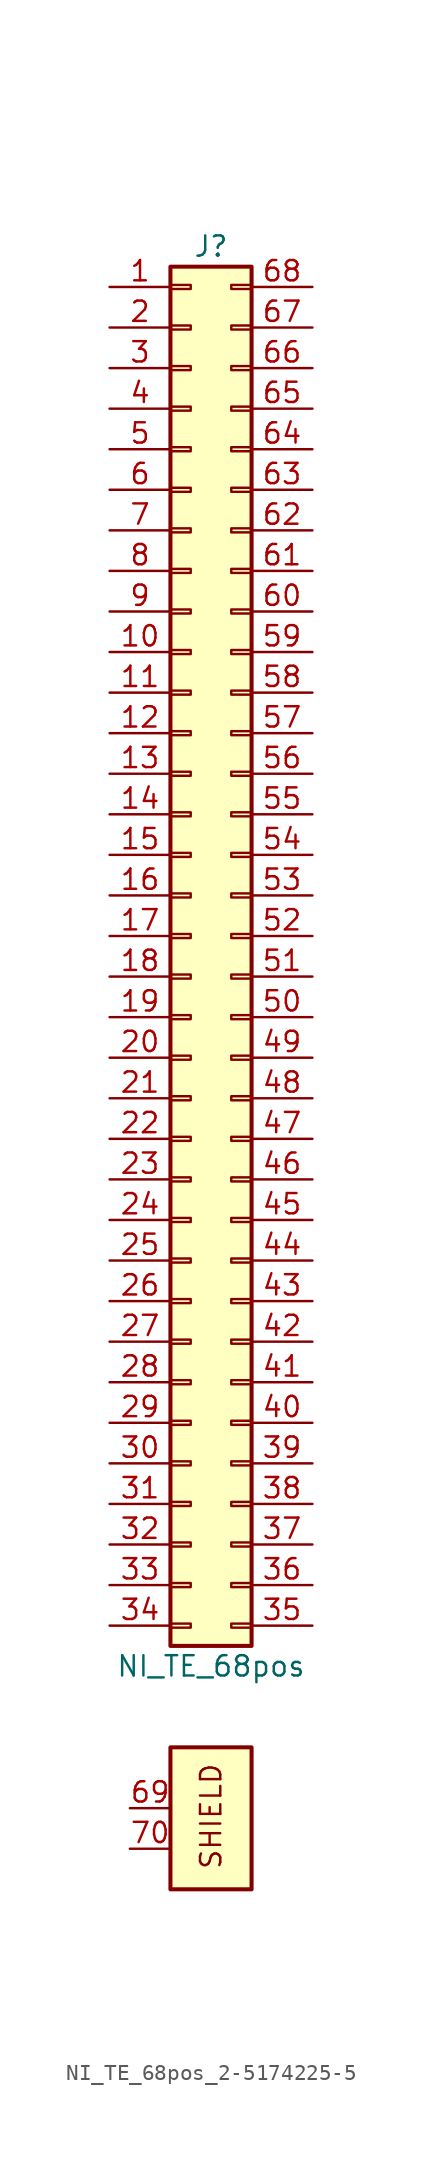
<source format=kicad_sym>
(kicad_symbol_lib
  (version 20220914)
  (generator kicad_symbol_editor)
  (symbol "NI_TE_68pos_2-5174225-5"
    (pin_names
      (offset 1.016) hide)
    (property "Reference" "J"
      (at 1.27 43.18 0)
      (effects (font (size 1.27 1.27))))
    (property "Value" "NI_TE_68pos"
      (at 1.27 -45.72 0)
      (effects (font (size 1.27 1.27))))
    (symbol "NI_TE_68pos_2-5174225-5_1_1"
      (rectangle (start -1.27 -50.8) (end 3.81 -59.69) (stroke (width 0.254) (type default)) (fill (type background)))
      (rectangle (start -1.27 -43.053) (end 0 -43.307) (stroke (width 0.152) (type default)) (fill (type none)))
      (rectangle (start -1.27 -40.513) (end 0 -40.767) (stroke (width 0.152) (type default)) (fill (type none)))
      (rectangle (start -1.27 -37.973) (end 0 -38.227) (stroke (width 0.152) (type default)) (fill (type none)))
      (rectangle (start -1.27 -35.433) (end 0 -35.687) (stroke (width 0.152) (type default)) (fill (type none)))
      (rectangle (start -1.27 -32.893) (end 0 -33.147) (stroke (width 0.152) (type default)) (fill (type none)))
      (rectangle (start -1.27 -30.353) (end 0 -30.607) (stroke (width 0.152) (type default)) (fill (type none)))
      (rectangle (start -1.27 -27.813) (end 0 -28.067) (stroke (width 0.152) (type default)) (fill (type none)))
      (rectangle (start -1.27 -25.273) (end 0 -25.527) (stroke (width 0.152) (type default)) (fill (type none)))
      (rectangle (start -1.27 -22.733) (end 0 -22.987) (stroke (width 0.152) (type default)) (fill (type none)))
      (rectangle (start -1.27 -20.193) (end 0 -20.447) (stroke (width 0.152) (type default)) (fill (type none)))
      (rectangle (start -1.27 -17.653) (end 0 -17.907) (stroke (width 0.152) (type default)) (fill (type none)))
      (rectangle (start -1.27 -15.113) (end 0 -15.367) (stroke (width 0.152) (type default)) (fill (type none)))
      (rectangle (start -1.27 -12.573) (end 0 -12.827) (stroke (width 0.152) (type default)) (fill (type none)))
      (rectangle (start -1.27 -10.033) (end 0 -10.287) (stroke (width 0.152) (type default)) (fill (type none)))
      (rectangle (start -1.27 -7.493) (end 0 -7.747) (stroke (width 0.152) (type default)) (fill (type none)))
      (rectangle (start -1.27 -4.953) (end 0 -5.207) (stroke (width 0.152) (type default)) (fill (type none)))
      (rectangle (start -1.27 -2.413) (end 0 -2.667) (stroke (width 0.152) (type default)) (fill (type none)))
      (rectangle (start -1.27 0.127) (end 0 -0.127) (stroke (width 0.152) (type default)) (fill (type none)))
      (rectangle (start -1.27 2.667) (end 0 2.413) (stroke (width 0.152) (type default)) (fill (type none)))
      (rectangle (start -1.27 5.207) (end 0 4.953) (stroke (width 0.152) (type default)) (fill (type none)))
      (rectangle (start -1.27 7.747) (end 0 7.493) (stroke (width 0.152) (type default)) (fill (type none)))
      (rectangle (start -1.27 10.287) (end 0 10.033) (stroke (width 0.152) (type default)) (fill (type none)))
      (rectangle (start -1.27 12.827) (end 0 12.573) (stroke (width 0.152) (type default)) (fill (type none)))
      (rectangle (start -1.27 15.367) (end 0 15.113) (stroke (width 0.152) (type default)) (fill (type none)))
      (rectangle (start -1.27 17.907) (end 0 17.653) (stroke (width 0.152) (type default)) (fill (type none)))
      (rectangle (start -1.27 20.447) (end 0 20.193) (stroke (width 0.152) (type default)) (fill (type none)))
      (rectangle (start -1.27 22.987) (end 0 22.733) (stroke (width 0.152) (type default)) (fill (type none)))
      (rectangle (start -1.27 25.527) (end 0 25.273) (stroke (width 0.152) (type default)) (fill (type none)))
      (rectangle (start -1.27 28.067) (end 0 27.813) (stroke (width 0.152) (type default)) (fill (type none)))
      (rectangle (start -1.27 30.607) (end 0 30.353) (stroke (width 0.152) (type default)) (fill (type none)))
      (rectangle (start -1.27 33.147) (end 0 32.893) (stroke (width 0.152) (type default)) (fill (type none)))
      (rectangle (start -1.27 35.687) (end 0 35.433) (stroke (width 0.152) (type default)) (fill (type none)))
      (rectangle (start -1.27 38.227) (end 0 37.973) (stroke (width 0.152) (type default)) (fill (type none)))
      (rectangle (start -1.27 40.767) (end 0 40.513) (stroke (width 0.152) (type default)) (fill (type none)))
      (rectangle (start -1.27 41.91) (end 3.81 -44.45) (stroke (width 0.254) (type default)) (fill (type background)))
      (rectangle (start 3.81 -43.053) (end 2.54 -43.307) (stroke (width 0.152) (type default)) (fill (type none)))
      (rectangle (start 3.81 -40.513) (end 2.54 -40.767) (stroke (width 0.152) (type default)) (fill (type none)))
      (rectangle (start 3.81 -37.973) (end 2.54 -38.227) (stroke (width 0.152) (type default)) (fill (type none)))
      (rectangle (start 3.81 -35.433) (end 2.54 -35.687) (stroke (width 0.152) (type default)) (fill (type none)))
      (rectangle (start 3.81 -32.893) (end 2.54 -33.147) (stroke (width 0.152) (type default)) (fill (type none)))
      (rectangle (start 3.81 -30.353) (end 2.54 -30.607) (stroke (width 0.152) (type default)) (fill (type none)))
      (rectangle (start 3.81 -27.813) (end 2.54 -28.067) (stroke (width 0.152) (type default)) (fill (type none)))
      (rectangle (start 3.81 -25.273) (end 2.54 -25.527) (stroke (width 0.152) (type default)) (fill (type none)))
      (rectangle (start 3.81 -22.733) (end 2.54 -22.987) (stroke (width 0.152) (type default)) (fill (type none)))
      (rectangle (start 3.81 -20.193) (end 2.54 -20.447) (stroke (width 0.152) (type default)) (fill (type none)))
      (rectangle (start 3.81 -17.653) (end 2.54 -17.907) (stroke (width 0.152) (type default)) (fill (type none)))
      (rectangle (start 3.81 -15.113) (end 2.54 -15.367) (stroke (width 0.152) (type default)) (fill (type none)))
      (rectangle (start 3.81 -12.573) (end 2.54 -12.827) (stroke (width 0.152) (type default)) (fill (type none)))
      (rectangle (start 3.81 -10.033) (end 2.54 -10.287) (stroke (width 0.152) (type default)) (fill (type none)))
      (rectangle (start 3.81 -7.493) (end 2.54 -7.747) (stroke (width 0.152) (type default)) (fill (type none)))
      (rectangle (start 3.81 -4.953) (end 2.54 -5.207) (stroke (width 0.152) (type default)) (fill (type none)))
      (rectangle (start 3.81 -2.413) (end 2.54 -2.667) (stroke (width 0.152) (type default)) (fill (type none)))
      (rectangle (start 3.81 0.127) (end 2.54 -0.127) (stroke (width 0.152) (type default)) (fill (type none)))
      (rectangle (start 3.81 2.667) (end 2.54 2.413) (stroke (width 0.152) (type default)) (fill (type none)))
      (rectangle (start 3.81 5.207) (end 2.54 4.953) (stroke (width 0.152) (type default)) (fill (type none)))
      (rectangle (start 3.81 7.747) (end 2.54 7.493) (stroke (width 0.152) (type default)) (fill (type none)))
      (rectangle (start 3.81 10.287) (end 2.54 10.033) (stroke (width 0.152) (type default)) (fill (type none)))
      (rectangle (start 3.81 12.827) (end 2.54 12.573) (stroke (width 0.152) (type default)) (fill (type none)))
      (rectangle (start 3.81 15.367) (end 2.54 15.113) (stroke (width 0.152) (type default)) (fill (type none)))
      (rectangle (start 3.81 17.907) (end 2.54 17.653) (stroke (width 0.152) (type default)) (fill (type none)))
      (rectangle (start 3.81 20.447) (end 2.54 20.193) (stroke (width 0.152) (type default)) (fill (type none)))
      (rectangle (start 3.81 22.987) (end 2.54 22.733) (stroke (width 0.152) (type default)) (fill (type none)))
      (rectangle (start 3.81 25.527) (end 2.54 25.273) (stroke (width 0.152) (type default)) (fill (type none)))
      (rectangle (start 3.81 28.067) (end 2.54 27.813) (stroke (width 0.152) (type default)) (fill (type none)))
      (rectangle (start 3.81 30.607) (end 2.54 30.353) (stroke (width 0.152) (type default)) (fill (type none)))
      (rectangle (start 3.81 33.147) (end 2.54 32.893) (stroke (width 0.152) (type default)) (fill (type none)))
      (rectangle (start 3.81 35.687) (end 2.54 35.433) (stroke (width 0.152) (type default)) (fill (type none)))
      (rectangle (start 3.81 38.227) (end 2.54 37.973) (stroke (width 0.152) (type default)) (fill (type none)))
      (rectangle (start 3.81 40.767) (end 2.54 40.513) (stroke (width 0.152) (type default)) (fill (type none)))
      (text "SHIELD" (at 1.27 -55.118 900) (effects (font (size 1.27 1.27))))
      (pin passive line (at -5.08 40.64 0) (length 3.81) (name "Pin_1" (effects (font (size 1.27 1.27)))) (number "1" (effects (font (size 1.27 1.27)))))
      (pin passive line (at -5.08 17.78 0) (length 3.81) (name "Pin_10" (effects (font (size 1.27 1.27)))) (number "10" (effects (font (size 1.27 1.27)))))
      (pin passive line (at -5.08 15.24 0) (length 3.81) (name "Pin_11" (effects (font (size 1.27 1.27)))) (number "11" (effects (font (size 1.27 1.27)))))
      (pin passive line (at -5.08 12.7 0) (length 3.81) (name "Pin_12" (effects (font (size 1.27 1.27)))) (number "12" (effects (font (size 1.27 1.27)))))
      (pin passive line (at -5.08 10.16 0) (length 3.81) (name "Pin_13" (effects (font (size 1.27 1.27)))) (number "13" (effects (font (size 1.27 1.27)))))
      (pin passive line (at -5.08 7.62 0) (length 3.81) (name "Pin_14" (effects (font (size 1.27 1.27)))) (number "14" (effects (font (size 1.27 1.27)))))
      (pin passive line (at -5.08 5.08 0) (length 3.81) (name "Pin_15" (effects (font (size 1.27 1.27)))) (number "15" (effects (font (size 1.27 1.27)))))
      (pin passive line (at -5.08 2.54 0) (length 3.81) (name "Pin_16" (effects (font (size 1.27 1.27)))) (number "16" (effects (font (size 1.27 1.27)))))
      (pin passive line (at -5.08 0 0) (length 3.81) (name "Pin_17" (effects (font (size 1.27 1.27)))) (number "17" (effects (font (size 1.27 1.27)))))
      (pin passive line (at -5.08 -2.54 0) (length 3.81) (name "Pin_18" (effects (font (size 1.27 1.27)))) (number "18" (effects (font (size 1.27 1.27)))))
      (pin passive line (at -5.08 -5.08 0) (length 3.81) (name "Pin_19" (effects (font (size 1.27 1.27)))) (number "19" (effects (font (size 1.27 1.27)))))
      (pin passive line (at -5.08 38.1 0) (length 3.81) (name "Pin_2" (effects (font (size 1.27 1.27)))) (number "2" (effects (font (size 1.27 1.27)))))
      (pin passive line (at -5.08 -7.62 0) (length 3.81) (name "Pin_20" (effects (font (size 1.27 1.27)))) (number "20" (effects (font (size 1.27 1.27)))))
      (pin passive line (at -5.08 -10.16 0) (length 3.81) (name "Pin_21" (effects (font (size 1.27 1.27)))) (number "21" (effects (font (size 1.27 1.27)))))
      (pin passive line (at -5.08 -12.7 0) (length 3.81) (name "Pin_22" (effects (font (size 1.27 1.27)))) (number "22" (effects (font (size 1.27 1.27)))))
      (pin passive line (at -5.08 -15.24 0) (length 3.81) (name "Pin_23" (effects (font (size 1.27 1.27)))) (number "23" (effects (font (size 1.27 1.27)))))
      (pin passive line (at -5.08 -17.78 0) (length 3.81) (name "Pin_24" (effects (font (size 1.27 1.27)))) (number "24" (effects (font (size 1.27 1.27)))))
      (pin passive line (at -5.08 -20.32 0) (length 3.81) (name "Pin_25" (effects (font (size 1.27 1.27)))) (number "25" (effects (font (size 1.27 1.27)))))
      (pin passive line (at -5.08 -22.86 0) (length 3.81) (name "Pin_26" (effects (font (size 1.27 1.27)))) (number "26" (effects (font (size 1.27 1.27)))))
      (pin passive line (at -5.08 -25.4 0) (length 3.81) (name "Pin_27" (effects (font (size 1.27 1.27)))) (number "27" (effects (font (size 1.27 1.27)))))
      (pin passive line (at -5.08 -27.94 0) (length 3.81) (name "Pin_28" (effects (font (size 1.27 1.27)))) (number "28" (effects (font (size 1.27 1.27)))))
      (pin passive line (at -5.08 -30.48 0) (length 3.81) (name "Pin_29" (effects (font (size 1.27 1.27)))) (number "29" (effects (font (size 1.27 1.27)))))
      (pin passive line (at -5.08 35.56 0) (length 3.81) (name "Pin_3" (effects (font (size 1.27 1.27)))) (number "3" (effects (font (size 1.27 1.27)))))
      (pin passive line (at -5.08 -33.02 0) (length 3.81) (name "Pin_30" (effects (font (size 1.27 1.27)))) (number "30" (effects (font (size 1.27 1.27)))))
      (pin passive line (at -5.08 -35.56 0) (length 3.81) (name "Pin_31" (effects (font (size 1.27 1.27)))) (number "31" (effects (font (size 1.27 1.27)))))
      (pin passive line (at -5.08 -38.1 0) (length 3.81) (name "Pin_32" (effects (font (size 1.27 1.27)))) (number "32" (effects (font (size 1.27 1.27)))))
      (pin passive line (at -5.08 -40.64 0) (length 3.81) (name "Pin_33" (effects (font (size 1.27 1.27)))) (number "33" (effects (font (size 1.27 1.27)))))
      (pin passive line (at -5.08 -43.18 0) (length 3.81) (name "Pin_34" (effects (font (size 1.27 1.27)))) (number "34" (effects (font (size 1.27 1.27)))))
      (pin passive line (at 7.62 -43.18 180) (length 3.81) (name "Pin_35" (effects (font (size 1.27 1.27)))) (number "35" (effects (font (size 1.27 1.27)))))
      (pin passive line (at 7.62 -40.64 180) (length 3.81) (name "Pin_36" (effects (font (size 1.27 1.27)))) (number "36" (effects (font (size 1.27 1.27)))))
      (pin passive line (at 7.62 -38.1 180) (length 3.81) (name "Pin_37" (effects (font (size 1.27 1.27)))) (number "37" (effects (font (size 1.27 1.27)))))
      (pin passive line (at 7.62 -35.56 180) (length 3.81) (name "Pin_38" (effects (font (size 1.27 1.27)))) (number "38" (effects (font (size 1.27 1.27)))))
      (pin passive line (at 7.62 -33.02 180) (length 3.81) (name "Pin_39" (effects (font (size 1.27 1.27)))) (number "39" (effects (font (size 1.27 1.27)))))
      (pin passive line (at -5.08 33.02 0) (length 3.81) (name "Pin_4" (effects (font (size 1.27 1.27)))) (number "4" (effects (font (size 1.27 1.27)))))
      (pin passive line (at 7.62 -30.48 180) (length 3.81) (name "Pin_40" (effects (font (size 1.27 1.27)))) (number "40" (effects (font (size 1.27 1.27)))))
      (pin passive line (at 7.62 -27.94 180) (length 3.81) (name "Pin_41" (effects (font (size 1.27 1.27)))) (number "41" (effects (font (size 1.27 1.27)))))
      (pin passive line (at 7.62 -25.4 180) (length 3.81) (name "Pin_42" (effects (font (size 1.27 1.27)))) (number "42" (effects (font (size 1.27 1.27)))))
      (pin passive line (at 7.62 -22.86 180) (length 3.81) (name "Pin_43" (effects (font (size 1.27 1.27)))) (number "43" (effects (font (size 1.27 1.27)))))
      (pin passive line (at 7.62 -20.32 180) (length 3.81) (name "Pin_44" (effects (font (size 1.27 1.27)))) (number "44" (effects (font (size 1.27 1.27)))))
      (pin passive line (at 7.62 -17.78 180) (length 3.81) (name "Pin_45" (effects (font (size 1.27 1.27)))) (number "45" (effects (font (size 1.27 1.27)))))
      (pin passive line (at 7.62 -15.24 180) (length 3.81) (name "Pin_46" (effects (font (size 1.27 1.27)))) (number "46" (effects (font (size 1.27 1.27)))))
      (pin passive line (at 7.62 -12.7 180) (length 3.81) (name "Pin_47" (effects (font (size 1.27 1.27)))) (number "47" (effects (font (size 1.27 1.27)))))
      (pin passive line (at 7.62 -10.16 180) (length 3.81) (name "Pin_48" (effects (font (size 1.27 1.27)))) (number "48" (effects (font (size 1.27 1.27)))))
      (pin passive line (at 7.62 -7.62 180) (length 3.81) (name "Pin_49" (effects (font (size 1.27 1.27)))) (number "49" (effects (font (size 1.27 1.27)))))
      (pin passive line (at -5.08 30.48 0) (length 3.81) (name "Pin_5" (effects (font (size 1.27 1.27)))) (number "5" (effects (font (size 1.27 1.27)))))
      (pin passive line (at 7.62 -5.08 180) (length 3.81) (name "Pin_50" (effects (font (size 1.27 1.27)))) (number "50" (effects (font (size 1.27 1.27)))))
      (pin passive line (at 7.62 -2.54 180) (length 3.81) (name "Pin_51" (effects (font (size 1.27 1.27)))) (number "51" (effects (font (size 1.27 1.27)))))
      (pin passive line (at 7.62 0 180) (length 3.81) (name "Pin_52" (effects (font (size 1.27 1.27)))) (number "52" (effects (font (size 1.27 1.27)))))
      (pin passive line (at 7.62 2.54 180) (length 3.81) (name "Pin_53" (effects (font (size 1.27 1.27)))) (number "53" (effects (font (size 1.27 1.27)))))
      (pin passive line (at 7.62 5.08 180) (length 3.81) (name "Pin_54" (effects (font (size 1.27 1.27)))) (number "54" (effects (font (size 1.27 1.27)))))
      (pin passive line (at 7.62 7.62 180) (length 3.81) (name "Pin_55" (effects (font (size 1.27 1.27)))) (number "55" (effects (font (size 1.27 1.27)))))
      (pin passive line (at 7.62 10.16 180) (length 3.81) (name "Pin_56" (effects (font (size 1.27 1.27)))) (number "56" (effects (font (size 1.27 1.27)))))
      (pin passive line (at 7.62 12.7 180) (length 3.81) (name "Pin_57" (effects (font (size 1.27 1.27)))) (number "57" (effects (font (size 1.27 1.27)))))
      (pin passive line (at 7.62 15.24 180) (length 3.81) (name "Pin_58" (effects (font (size 1.27 1.27)))) (number "58" (effects (font (size 1.27 1.27)))))
      (pin passive line (at 7.62 17.78 180) (length 3.81) (name "Pin_59" (effects (font (size 1.27 1.27)))) (number "59" (effects (font (size 1.27 1.27)))))
      (pin passive line (at -5.08 27.94 0) (length 3.81) (name "Pin_6" (effects (font (size 1.27 1.27)))) (number "6" (effects (font (size 1.27 1.27)))))
      (pin passive line (at 7.62 20.32 180) (length 3.81) (name "Pin_60" (effects (font (size 1.27 1.27)))) (number "60" (effects (font (size 1.27 1.27)))))
      (pin passive line (at 7.62 22.86 180) (length 3.81) (name "Pin_61" (effects (font (size 1.27 1.27)))) (number "61" (effects (font (size 1.27 1.27)))))
      (pin passive line (at 7.62 25.4 180) (length 3.81) (name "Pin_62" (effects (font (size 1.27 1.27)))) (number "62" (effects (font (size 1.27 1.27)))))
      (pin passive line (at 7.62 27.94 180) (length 3.81) (name "Pin_63" (effects (font (size 1.27 1.27)))) (number "63" (effects (font (size 1.27 1.27)))))
      (pin passive line (at 7.62 30.48 180) (length 3.81) (name "Pin_64" (effects (font (size 1.27 1.27)))) (number "64" (effects (font (size 1.27 1.27)))))
      (pin passive line (at 7.62 33.02 180) (length 3.81) (name "Pin_65" (effects (font (size 1.27 1.27)))) (number "65" (effects (font (size 1.27 1.27)))))
      (pin passive line (at 7.62 35.56 180) (length 3.81) (name "Pin_66" (effects (font (size 1.27 1.27)))) (number "66" (effects (font (size 1.27 1.27)))))
      (pin passive line (at 7.62 38.1 180) (length 3.81) (name "Pin_67" (effects (font (size 1.27 1.27)))) (number "67" (effects (font (size 1.27 1.27)))))
      (pin passive line (at 7.62 40.64 180) (length 3.81) (name "Pin_68" (effects (font (size 1.27 1.27)))) (number "68" (effects (font (size 1.27 1.27)))))
      (pin input line (at -3.81 -54.61 0) (length 2.54) (name "GND" (effects (font (size 1.27 1.27)))) (number "69" (effects (font (size 1.27 1.27)))))
      (pin passive line (at -5.08 25.4 0) (length 3.81) (name "Pin_7" (effects (font (size 1.27 1.27)))) (number "7" (effects (font (size 1.27 1.27)))))
      (pin input line (at -3.81 -57.15 0) (length 2.54) (name "GND" (effects (font (size 1.27 1.27)))) (number "70" (effects (font (size 1.27 1.27)))))
      (pin passive line (at -5.08 22.86 0) (length 3.81) (name "Pin_8" (effects (font (size 1.27 1.27)))) (number "8" (effects (font (size 1.27 1.27)))))
      (pin passive line (at -5.08 20.32 0) (length 3.81) (name "Pin_9" (effects (font (size 1.27 1.27)))) (number "9" (effects (font (size 1.27 1.27))))))))
</source>
